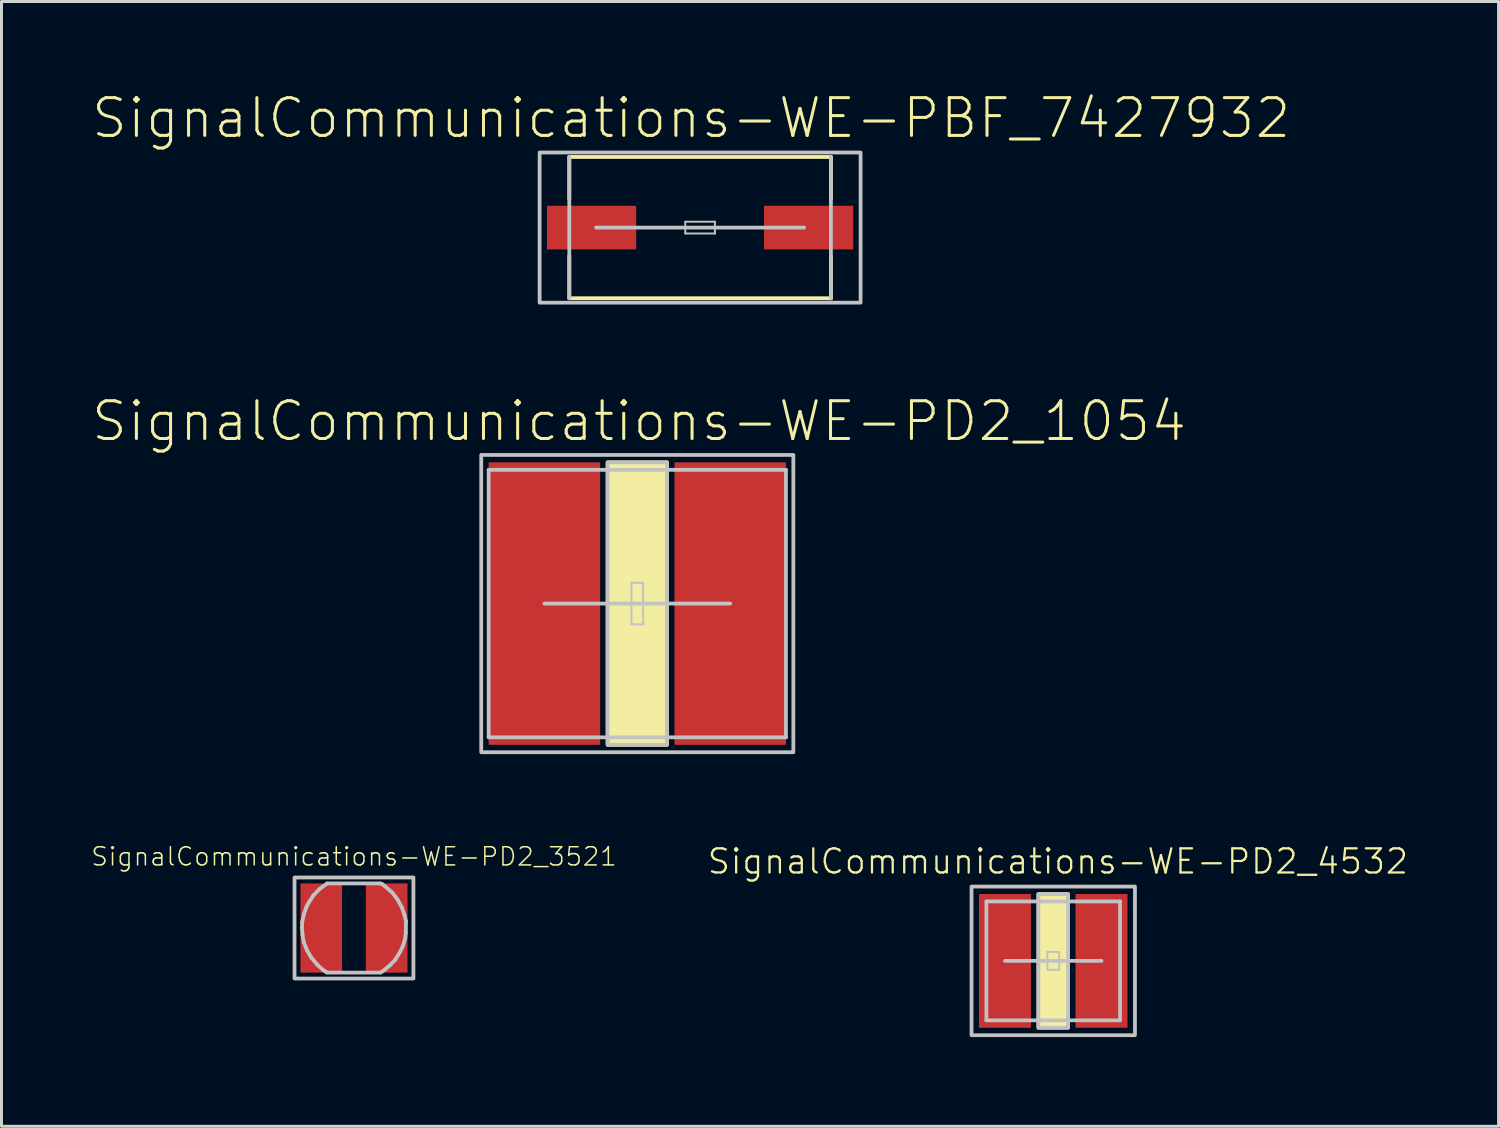
<source format=kicad_pcb>
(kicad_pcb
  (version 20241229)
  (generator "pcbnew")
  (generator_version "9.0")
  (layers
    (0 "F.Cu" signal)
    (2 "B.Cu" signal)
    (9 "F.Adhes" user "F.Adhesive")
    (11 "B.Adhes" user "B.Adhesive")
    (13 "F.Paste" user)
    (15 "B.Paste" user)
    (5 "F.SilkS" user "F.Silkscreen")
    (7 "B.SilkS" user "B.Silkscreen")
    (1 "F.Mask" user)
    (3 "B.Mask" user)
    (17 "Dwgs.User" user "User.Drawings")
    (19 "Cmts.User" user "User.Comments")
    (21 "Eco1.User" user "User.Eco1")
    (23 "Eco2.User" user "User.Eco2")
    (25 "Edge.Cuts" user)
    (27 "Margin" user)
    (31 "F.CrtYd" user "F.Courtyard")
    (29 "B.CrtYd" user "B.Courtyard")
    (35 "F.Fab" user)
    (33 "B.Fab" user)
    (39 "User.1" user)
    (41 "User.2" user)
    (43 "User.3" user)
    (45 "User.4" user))
  (footprint "SignalCommunications-WE-PD2_3521"
    (layer "F.Cu")
    (at 8.854 28.159)
    (property "Reference" "SignalCommunications-WE-PD2_3521" (at 0 -2.403 0) (layer "F.SilkS") (effects (font (size 0.61 0.61) (thickness 0.051))))
    (attr smd)
    (fp_line (start -1.748 -0.008) (end -1.73 0.241) (stroke (width 0.127) (type solid)) (layer "Dwgs.User"))
    (fp_line (start -1.74 -0.201) (end -1.748 -0.008) (stroke (width 0.127) (type solid)) (layer "Dwgs.User"))
    (fp_line (start -1.73 0.241) (end -1.689 0.478) (stroke (width 0.127) (type solid)) (layer "Dwgs.User"))
    (fp_line (start -1.689 0.478) (end -1.577 0.752) (stroke (width 0.127) (type solid)) (layer "Dwgs.User"))
    (fp_line (start -1.687 -0.462) (end -1.74 -0.201) (stroke (width 0.127) (type solid)) (layer "Dwgs.User"))
    (fp_line (start -1.595 -0.719) (end -1.687 -0.462) (stroke (width 0.127) (type solid)) (layer "Dwgs.User"))
    (fp_line (start -1.577 0.752) (end -1.433 0.998) (stroke (width 0.127) (type solid)) (layer "Dwgs.User"))
    (fp_line (start -1.519 -0.859) (end -1.595 -0.719) (stroke (width 0.127) (type solid)) (layer "Dwgs.User"))
    (fp_line (start -1.433 0.998) (end -1.212 1.257) (stroke (width 0.127) (type solid)) (layer "Dwgs.User"))
    (fp_line (start -1.356 -1.107) (end -1.519 -0.859) (stroke (width 0.127) (type solid)) (layer "Dwgs.User"))
    (fp_line (start -1.212 1.257) (end -1.019 1.427) (stroke (width 0.127) (type solid)) (layer "Dwgs.User"))
    (fp_line (start -1.161 -1.308) (end -1.356 -1.107) (stroke (width 0.127) (type solid)) (layer "Dwgs.User"))
    (fp_line (start -1.019 1.427) (end -0.914 1.491) (stroke (width 0.127) (type solid)) (layer "Dwgs.User"))
    (fp_line (start -0.914 1.499) (end 0.876 1.499) (stroke (width 0.127) (type solid)) (layer "Dwgs.User"))
    (fp_line (start -0.907 -1.496) (end -1.161 -1.308) (stroke (width 0.127) (type solid)) (layer "Dwgs.User"))
    (fp_line (start -0.902 -1.499) (end 0.886 -1.499) (stroke (width 0.127) (type solid)) (layer "Dwgs.User"))
    (fp_line (start 0.886 -1.499) (end 0.935 -1.476) (stroke (width 0.127) (type solid)) (layer "Dwgs.User"))
    (fp_line (start 0.897 1.499) (end 1.036 1.4) (stroke (width 0.127) (type solid)) (layer "Dwgs.User"))
    (fp_line (start 1.036 1.4) (end 1.212 1.252) (stroke (width 0.127) (type solid)) (layer "Dwgs.User"))
    (fp_line (start 1.049 -1.4) (end 0.94 -1.486) (stroke (width 0.127) (type solid)) (layer "Dwgs.User"))
    (fp_line (start 1.212 1.252) (end 1.387 1.067) (stroke (width 0.127) (type solid)) (layer "Dwgs.User"))
    (fp_line (start 1.285 -1.194) (end 1.049 -1.4) (stroke (width 0.127) (type solid)) (layer "Dwgs.User"))
    (fp_line (start 1.387 1.067) (end 1.554 0.798) (stroke (width 0.127) (type solid)) (layer "Dwgs.User"))
    (fp_line (start 1.471 -0.95) (end 1.285 -1.194) (stroke (width 0.127) (type solid)) (layer "Dwgs.User"))
    (fp_line (start 1.554 0.798) (end 1.654 0.584) (stroke (width 0.127) (type solid)) (layer "Dwgs.User"))
    (fp_line (start 1.61 -0.691) (end 1.471 -0.95) (stroke (width 0.127) (type solid)) (layer "Dwgs.User"))
    (fp_line (start 1.654 0.584) (end 1.725 0.345) (stroke (width 0.127) (type solid)) (layer "Dwgs.User"))
    (fp_line (start 1.699 -0.432) (end 1.61 -0.691) (stroke (width 0.127) (type solid)) (layer "Dwgs.User"))
    (fp_line (start 1.725 0.345) (end 1.742 0.16) (stroke (width 0.127) (type solid)) (layer "Dwgs.User"))
    (fp_line (start 1.742 0.16) (end 1.748 -0.229) (stroke (width 0.127) (type solid)) (layer "Dwgs.User"))
    (fp_line (start 1.748 -0.229) (end 1.699 -0.432) (stroke (width 0.127) (type solid)) (layer "Dwgs.User"))
    (fp_poly (pts (xy -1.999 -1.699) (xy 1.999 -1.699) (xy 1.999 1.699) (xy -1.999 1.699) (xy -1.999 -1.699)) (stroke (width 0.127) (type solid)) (fill no) (layer "Dwgs.User"))
    (pad "1" smd rect (at -1.1 0 90) (size 3 1.4) (layers "F.Cu" "F.Mask" "F.Paste"))
    (pad "2" smd rect (at 1.1 0 90) (size 3 1.4) (layers "F.Cu" "F.Mask" "F.Paste")))
  (footprint "SignalCommunications-WE-PD2_4532"
    (layer "F.Cu")
    (at 32.37 29.264)
    (property "Reference" "SignalCommunications-WE-PD2_4532" (at 0.157 -3.345 0) (layer "F.SilkS") (effects (font (size 0.813 0.813) (thickness 0.076))))
    (attr smd)
    (fp_line (start -0.498 1.999) (end 0.498 1.999) (stroke (width 0.127) (type solid)) (layer "F.SilkS"))
    (fp_line (start 0.498 -1.999) (end -0.498 -1.999) (stroke (width 0.127) (type solid)) (layer "F.SilkS"))
    (fp_poly (pts (xy -0.498 -2.248) (xy 0.498 -2.248) (xy 0.498 2.248) (xy -0.498 2.248) (xy -0.498 -2.248)) (stroke (width 0.127) (type solid)) (fill yes) (layer "F.SilkS"))
    (fp_line (start -2.248 -1.999) (end 2.248 -1.999) (stroke (width 0.127) (type solid)) (layer "Dwgs.User"))
    (fp_line (start -2.248 1.999) (end -2.248 -1.999) (stroke (width 0.127) (type solid)) (layer "Dwgs.User"))
    (fp_line (start -1.623 0) (end 1.623 0) (stroke (width 0.127) (type solid)) (layer "Dwgs.User"))
    (fp_line (start -0.198 -0.3) (end 0.198 -0.3) (stroke (width 0.066) (type solid)) (layer "Dwgs.User"))
    (fp_line (start -0.198 0.3) (end -0.198 -0.3) (stroke (width 0.066) (type solid)) (layer "Dwgs.User"))
    (fp_line (start -0.198 0.3) (end 0.198 0.3) (stroke (width 0.066) (type solid)) (layer "Dwgs.User"))
    (fp_line (start 0.198 0.3) (end 0.198 -0.3) (stroke (width 0.066) (type solid)) (layer "Dwgs.User"))
    (fp_line (start 2.248 -1.999) (end 2.248 1.999) (stroke (width 0.127) (type solid)) (layer "Dwgs.User"))
    (fp_line (start 2.248 1.999) (end -2.248 1.999) (stroke (width 0.127) (type solid)) (layer "Dwgs.User"))
    (fp_poly (pts (xy -2.748 -2.499) (xy 2.748 -2.499) (xy 2.748 2.499) (xy -2.748 2.499) (xy -2.748 -2.499)) (stroke (width 0.127) (type solid)) (fill no) (layer "Dwgs.User"))
    (fp_poly (pts (xy -0.498 -2.248) (xy 0.498 -2.248) (xy 0.498 2.248) (xy -0.498 2.248) (xy -0.498 -2.248)) (stroke (width 0.127) (type solid)) (fill no) (layer "Dwgs.User"))
    (pad "1" smd rect (at -1.623 0 90) (size 4.498 1.748) (layers "F.Cu" "F.Mask" "F.Paste"))
    (pad "2" smd rect (at 1.623 0 90) (size 4.498 1.748) (layers "F.Cu" "F.Mask" "F.Paste")))
  (footprint "SignalCommunications-WE-PD2_1054"
    (layer "F.Cu")
    (at 18.382 17.248)
    (property "Reference" "SignalCommunications-WE-PD2_1054" (at 0.058 -6.134 0) (layer "F.SilkS") (effects (font (size 1.27 1.27) (thickness 0.102))))
    (attr smd)
    (fp_line (start -0.998 -4.498) (end 0.998 -4.498) (stroke (width 0.127) (type solid)) (layer "F.SilkS"))
    (fp_line (start -0.998 4.498) (end 0.998 4.498) (stroke (width 0.127) (type solid)) (layer "F.SilkS"))
    (fp_poly (pts (xy -0.998 -4.75) (xy 0.998 -4.75) (xy 0.998 4.75) (xy -0.998 4.75) (xy -0.998 -4.75)) (stroke (width 0.127) (type solid)) (fill yes) (layer "F.SilkS"))
    (fp_line (start -4.999 -4.498) (end 4.999 -4.498) (stroke (width 0.127) (type solid)) (layer "Dwgs.User"))
    (fp_line (start -4.999 4.498) (end -4.999 -4.498) (stroke (width 0.127) (type solid)) (layer "Dwgs.User"))
    (fp_line (start -3.124 0) (end 3.124 0) (stroke (width 0.127) (type solid)) (layer "Dwgs.User"))
    (fp_line (start -0.198 -0.699) (end 0.198 -0.699) (stroke (width 0.066) (type solid)) (layer "Dwgs.User"))
    (fp_line (start -0.198 0.699) (end -0.198 -0.699) (stroke (width 0.066) (type solid)) (layer "Dwgs.User"))
    (fp_line (start -0.198 0.699) (end 0.198 0.699) (stroke (width 0.066) (type solid)) (layer "Dwgs.User"))
    (fp_line (start 0.198 0.699) (end 0.198 -0.699) (stroke (width 0.066) (type solid)) (layer "Dwgs.User"))
    (fp_line (start 4.999 -4.498) (end 4.999 4.498) (stroke (width 0.127) (type solid)) (layer "Dwgs.User"))
    (fp_line (start 4.999 4.498) (end -4.999 4.498) (stroke (width 0.127) (type solid)) (layer "Dwgs.User"))
    (fp_poly (pts (xy -5.248 -4.999) (xy 5.248 -4.999) (xy 5.248 4.999) (xy -5.248 4.999) (xy -5.248 -4.999)) (stroke (width 0.127) (type solid)) (fill no) (layer "Dwgs.User"))
    (fp_poly (pts (xy -0.998 -4.75) (xy 0.998 -4.75) (xy 0.998 4.75) (xy -0.998 4.75) (xy -0.998 -4.75)) (stroke (width 0.127) (type solid)) (fill no) (layer "Dwgs.User"))
    (pad "1" smd rect (at -3.124 0 90) (size 9.5 3.749) (layers "F.Cu" "F.Mask" "F.Paste"))
    (pad "2" smd rect (at 3.124 0 90) (size 9.5 3.749) (layers "F.Cu" "F.Mask" "F.Paste")))
  (footprint "SignalCommunications-WE-PBF_7427932"
    (layer "F.Cu")
    (at 20.494 4.604)
    (property "Reference" "SignalCommunications-WE-PBF_7427932" (at -0.3 -3.683 0) (layer "F.SilkS") (effects (font (size 1.27 1.27) (thickness 0.102))))
    (attr smd)
    (fp_line (start -4.399 -2.375) (end 4.399 -2.375) (stroke (width 0.127) (type solid)) (layer "F.SilkS"))
    (fp_line (start -4.399 -0.958) (end -4.399 -2.375) (stroke (width 0.127) (type solid)) (layer "F.SilkS"))
    (fp_line (start -4.399 0.958) (end -4.399 2.375) (stroke (width 0.127) (type solid)) (layer "F.SilkS"))
    (fp_line (start -4.399 2.375) (end 4.399 2.375) (stroke (width 0.127) (type solid)) (layer "F.SilkS"))
    (fp_line (start 4.399 -0.958) (end 4.399 -2.375) (stroke (width 0.127) (type solid)) (layer "F.SilkS"))
    (fp_line (start 4.399 0.968) (end 4.399 2.383) (stroke (width 0.127) (type solid)) (layer "F.SilkS"))
    (fp_line (start -4.399 -2.375) (end -4.399 2.375) (stroke (width 0.127) (type solid)) (layer "Dwgs.User"))
    (fp_line (start -3.498 0) (end 3.498 0) (stroke (width 0.127) (type solid)) (layer "Dwgs.User"))
    (fp_line (start -0.498 -0.198) (end 0.498 -0.198) (stroke (width 0.066) (type solid)) (layer "Dwgs.User"))
    (fp_line (start -0.498 0.198) (end -0.498 -0.198) (stroke (width 0.066) (type solid)) (layer "Dwgs.User"))
    (fp_line (start -0.498 0.198) (end 0.498 0.198) (stroke (width 0.066) (type solid)) (layer "Dwgs.User"))
    (fp_line (start 0.498 0.198) (end 0.498 -0.198) (stroke (width 0.066) (type solid)) (layer "Dwgs.User"))
    (fp_line (start 4.399 -2.375) (end 4.399 2.375) (stroke (width 0.127) (type solid)) (layer "Dwgs.User"))
    (fp_poly (pts (xy -5.397 -2.525) (xy 5.397 -2.525) (xy 5.397 2.525) (xy -5.397 2.525) (xy -5.397 -2.525)) (stroke (width 0.127) (type solid)) (fill no) (layer "Dwgs.User"))
    (pad "1" smd rect (at -3.65 0) (size 3 1.468) (layers "F.Cu" "F.Mask" "F.Paste"))
    (pad "2" smd rect (at 3.65 0) (size 3 1.468) (layers "F.Cu" "F.Mask" "F.Paste")))
  (gr_rect
    (start -3 -3)
    (end 47.346 34.827)
    (stroke (width 0.1) (type default))
    (fill no)
    (layer "Edge.Cuts")))
</source>
